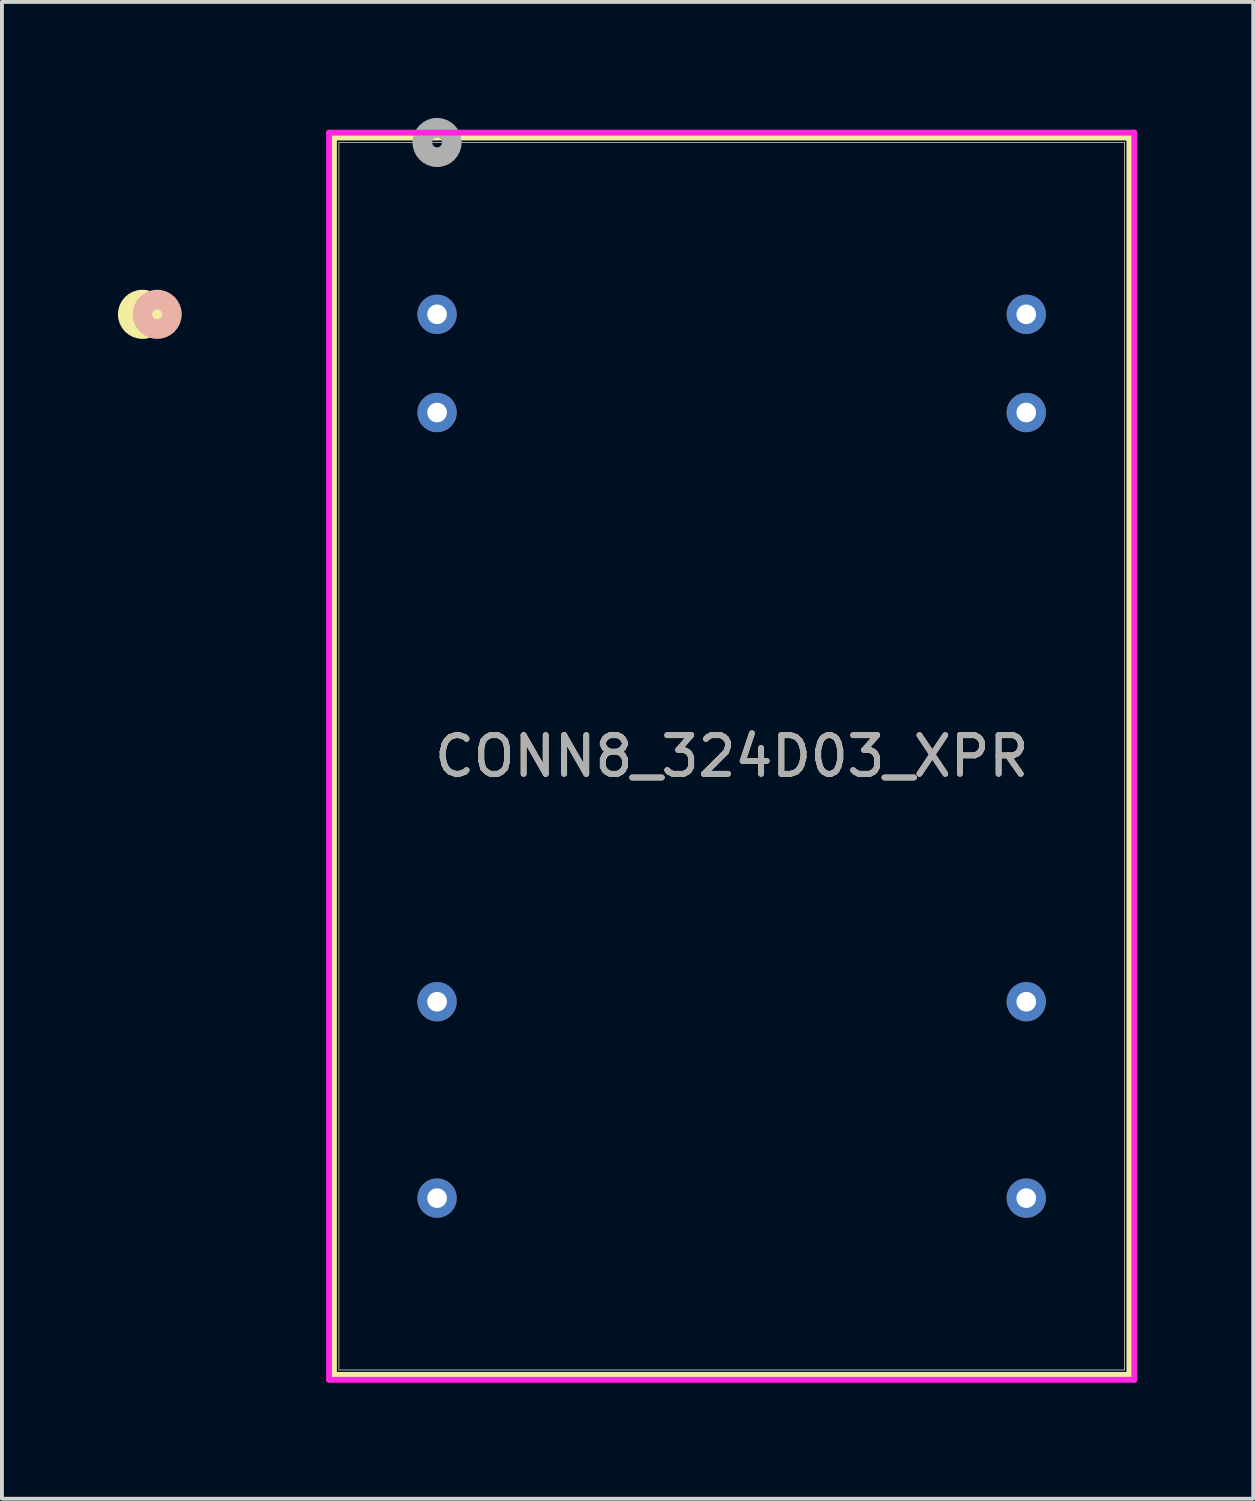
<source format=kicad_pcb>
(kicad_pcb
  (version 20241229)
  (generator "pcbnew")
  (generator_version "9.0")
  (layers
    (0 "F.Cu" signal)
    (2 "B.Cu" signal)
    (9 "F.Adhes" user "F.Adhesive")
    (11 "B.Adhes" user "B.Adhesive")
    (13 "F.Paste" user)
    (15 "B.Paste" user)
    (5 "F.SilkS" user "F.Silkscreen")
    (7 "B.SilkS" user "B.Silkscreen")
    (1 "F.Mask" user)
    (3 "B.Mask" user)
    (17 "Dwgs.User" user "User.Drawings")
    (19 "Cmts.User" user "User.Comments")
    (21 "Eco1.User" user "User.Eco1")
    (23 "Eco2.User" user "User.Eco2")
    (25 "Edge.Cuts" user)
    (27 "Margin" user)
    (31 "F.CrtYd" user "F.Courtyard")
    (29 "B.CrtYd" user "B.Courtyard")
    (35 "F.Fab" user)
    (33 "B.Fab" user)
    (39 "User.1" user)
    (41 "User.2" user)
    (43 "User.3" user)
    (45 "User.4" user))
  (footprint "CONN8_324D03_XPR"
    (layer "F.Cu")
    (at 8.255 5.08)
    (property "Reference" "CONN8_324D03_XPR" (at 7.62 11.43 0) (unlocked yes) (layer "F.SilkS") (effects (font (size 1 1) (thickness 0.15))))
    (attr through_hole)
    (fp_line (start -2.667 -4.572) (end -2.667 27.432) (stroke (width 0.152) (type solid)) (layer "F.SilkS"))
    (fp_line (start -2.667 27.432) (end 17.907 27.432) (stroke (width 0.152) (type solid)) (layer "F.SilkS"))
    (fp_line (start 17.907 -4.572) (end -2.667 -4.572) (stroke (width 0.152) (type solid)) (layer "F.SilkS"))
    (fp_line (start 17.907 27.432) (end 17.907 -4.572) (stroke (width 0.152) (type solid)) (layer "F.SilkS"))
    (fp_circle (center -7.62 0) (end -7.239 0) (stroke (width 0.508) (type solid)) (fill no) (layer "F.SilkS"))
    (fp_circle (center -7.239 0) (end -6.858 0) (stroke (width 0.508) (type solid)) (fill no) (layer "B.SilkS"))
    (fp_line (start -2.794 -4.699) (end -2.794 27.559) (stroke (width 0.152) (type solid)) (layer "F.CrtYd"))
    (fp_line (start -2.794 27.559) (end 18.034 27.559) (stroke (width 0.152) (type solid)) (layer "F.CrtYd"))
    (fp_line (start 18.034 -4.699) (end -2.794 -4.699) (stroke (width 0.152) (type solid)) (layer "F.CrtYd"))
    (fp_line (start 18.034 27.559) (end 18.034 -4.699) (stroke (width 0.152) (type solid)) (layer "F.CrtYd"))
    (fp_line (start -2.54 -4.445) (end -2.54 27.305) (stroke (width 0.025) (type solid)) (layer "F.Fab"))
    (fp_line (start -2.54 27.305) (end 17.78 27.305) (stroke (width 0.025) (type solid)) (layer "F.Fab"))
    (fp_line (start 17.78 -4.445) (end -2.54 -4.445) (stroke (width 0.025) (type solid)) (layer "F.Fab"))
    (fp_line (start 17.78 27.305) (end 17.78 -4.445) (stroke (width 0.025) (type solid)) (layer "F.Fab"))
    (fp_circle (center 0 -4.445) (end 0.381 -4.445) (stroke (width 0.508) (type solid)) (fill no) (layer "F.Fab"))
    (fp_text user "${REFERENCE}" (at 7.62 11.43 0) (unlocked yes) (layer "F.Fab") (effects (font (size 1 1) (thickness 0.15))))
    (pad "2" thru_hole circle (at 0 0) (size 1.016 1.016) (drill 0.508) (layers "*.Cu" "*.Mask"))
    (pad "3" thru_hole circle (at 0 2.54) (size 1.016 1.016) (drill 0.508) (layers "*.Cu" "*.Mask"))
    (pad "9" thru_hole circle (at 0 17.78) (size 1.016 1.016) (drill 0.508) (layers "*.Cu" "*.Mask"))
    (pad "11" thru_hole circle (at 0 22.86) (size 1.016 1.016) (drill 0.508) (layers "*.Cu" "*.Mask"))
    (pad "14" thru_hole circle (at 15.24 22.86) (size 1.016 1.016) (drill 0.508) (layers "*.Cu" "*.Mask"))
    (pad "16" thru_hole circle (at 15.24 17.78) (size 1.016 1.016) (drill 0.508) (layers "*.Cu" "*.Mask"))
    (pad "22" thru_hole circle (at 15.24 2.54) (size 1.016 1.016) (drill 0.508) (layers "*.Cu" "*.Mask"))
    (pad "23" thru_hole circle (at 15.24 0) (size 1.016 1.016) (drill 0.508) (layers "*.Cu" "*.Mask")))
  (gr_rect
    (start -3 -3)
    (end 29.365 35.715)
    (stroke (width 0.1) (type default))
    (fill no)
    (layer "Edge.Cuts")))
</source>
